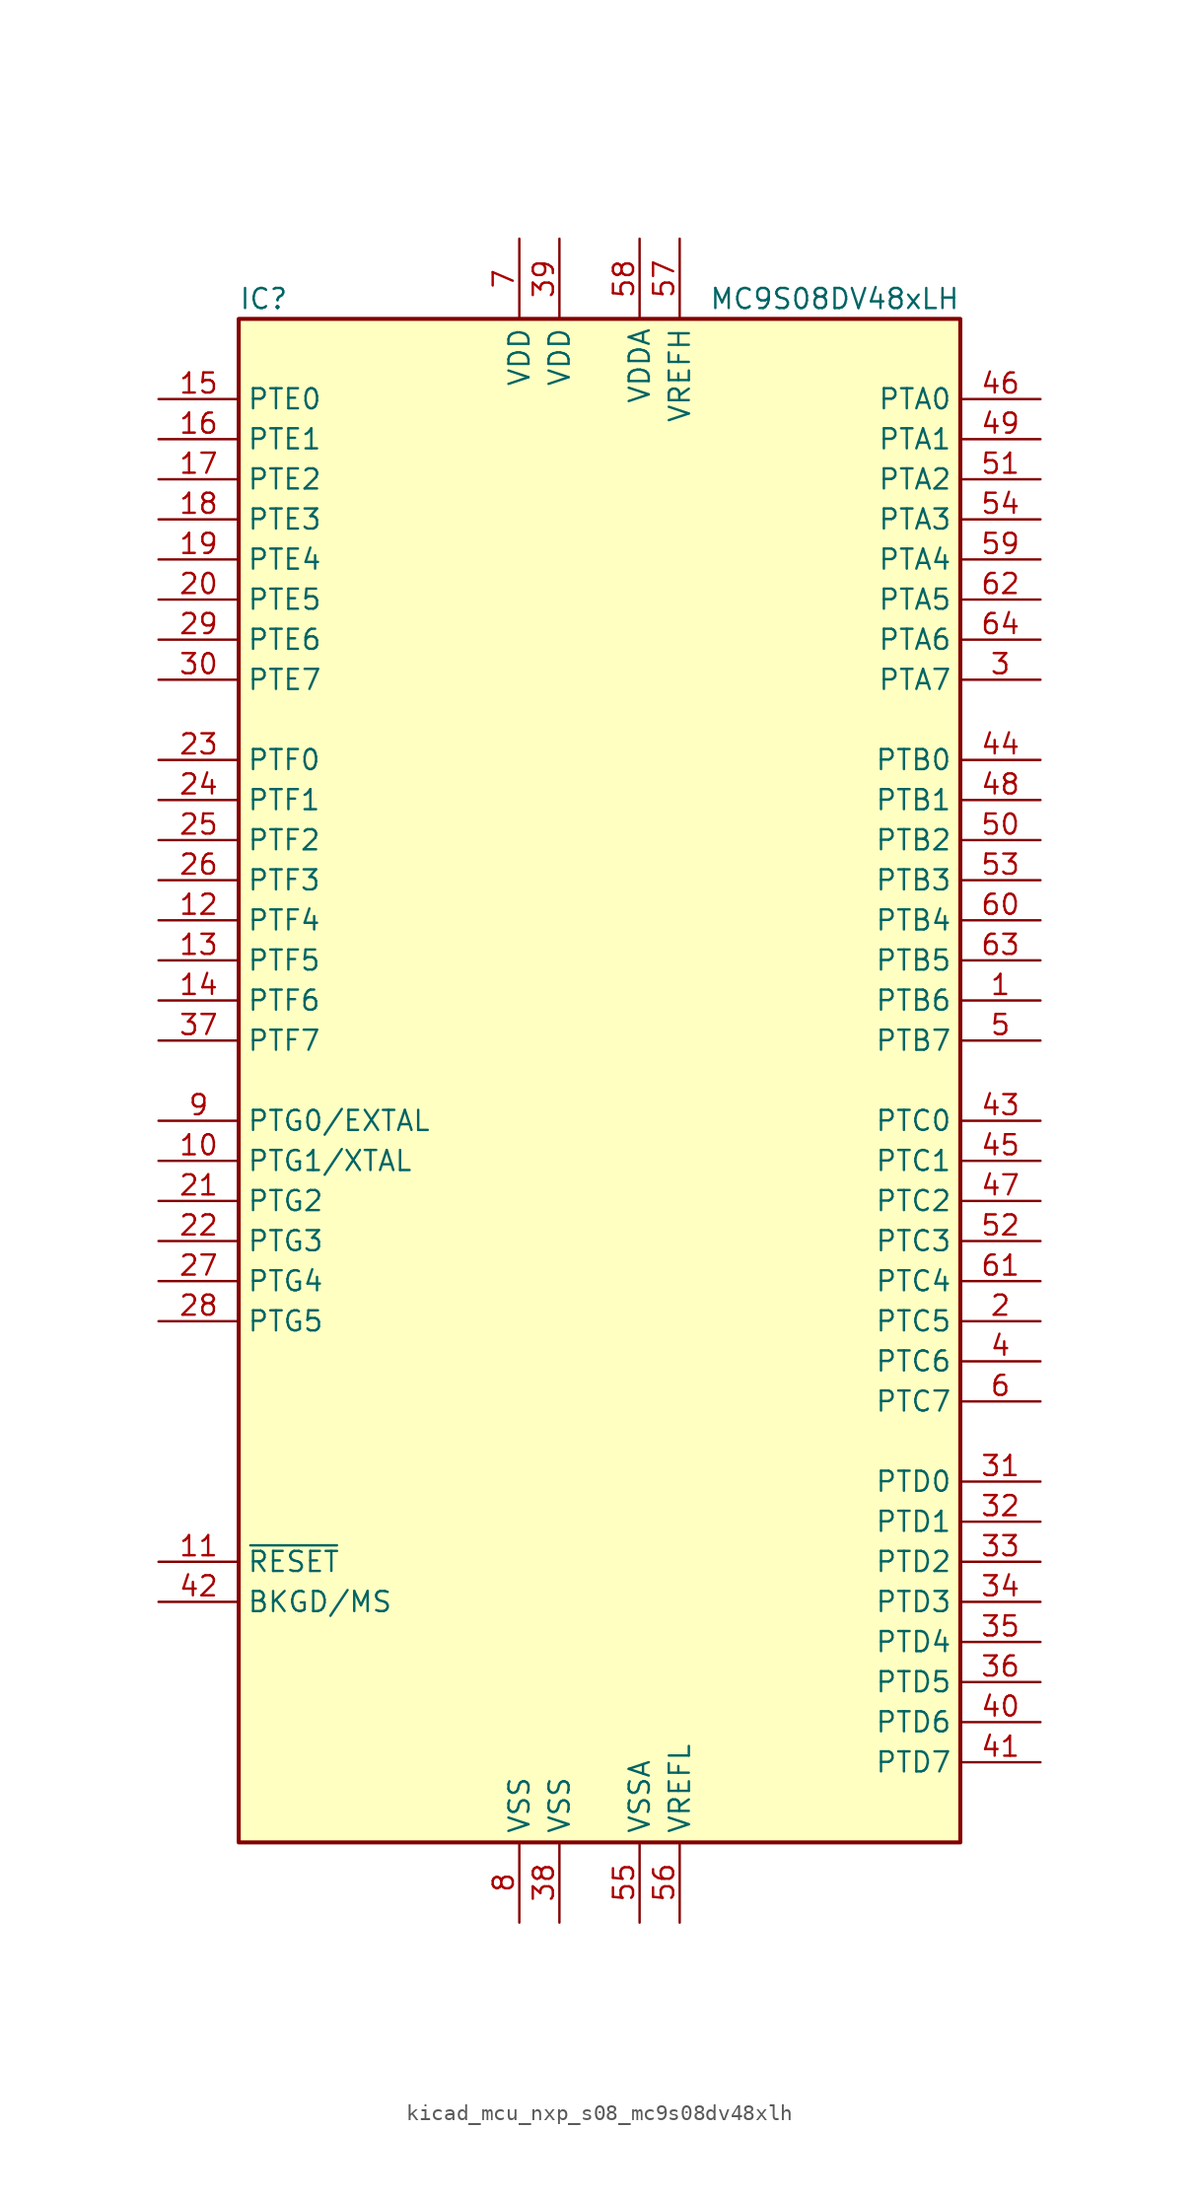
<source format=kicad_sym>
(kicad_symbol_lib
  (version 20220914)
  (generator kicad_symbol_editor)
  (symbol "kicad_mcu_nxp_s08_mc9s08dv48xlh"
    (property "Reference" "IC"
      (at -22.86 49.53 0)
      (effects (font (size 1.27 1.27)) (justify left)))
    (property "Value" "MC9S08DV48xLH"
      (at 22.86 49.53 0)
      (effects (font (size 1.27 1.27)) (justify right)))
    (symbol "kicad_mcu_nxp_s08_mc9s08dv48xlh_0_1"
      (rectangle (start -22.86 48.26) (end 22.86 -48.26) (stroke (width 0.254) (type default)) (fill (type background))))
    (symbol "kicad_mcu_nxp_s08_mc9s08dv48xlh_1_1"
      (pin bidirectional line (at 27.94 5.08 180) (length 5.08) (name "PTB6" (effects (font (size 1.27 1.27)))) (number "1" (effects (font (size 1.27 1.27)))))
      (pin bidirectional line (at -27.94 -5.08 0) (length 5.08) (name "PTG1/XTAL" (effects (font (size 1.27 1.27)))) (number "10" (effects (font (size 1.27 1.27)))))
      (pin input line (at -27.94 -30.48 0) (length 5.08) (name "~{RESET}" (effects (font (size 1.27 1.27)))) (number "11" (effects (font (size 1.27 1.27)))))
      (pin bidirectional line (at -27.94 10.16 0) (length 5.08) (name "PTF4" (effects (font (size 1.27 1.27)))) (number "12" (effects (font (size 1.27 1.27)))))
      (pin bidirectional line (at -27.94 7.62 0) (length 5.08) (name "PTF5" (effects (font (size 1.27 1.27)))) (number "13" (effects (font (size 1.27 1.27)))))
      (pin bidirectional line (at -27.94 5.08 0) (length 5.08) (name "PTF6" (effects (font (size 1.27 1.27)))) (number "14" (effects (font (size 1.27 1.27)))))
      (pin bidirectional line (at -27.94 43.18 0) (length 5.08) (name "PTE0" (effects (font (size 1.27 1.27)))) (number "15" (effects (font (size 1.27 1.27)))))
      (pin bidirectional line (at -27.94 40.64 0) (length 5.08) (name "PTE1" (effects (font (size 1.27 1.27)))) (number "16" (effects (font (size 1.27 1.27)))))
      (pin bidirectional line (at -27.94 38.1 0) (length 5.08) (name "PTE2" (effects (font (size 1.27 1.27)))) (number "17" (effects (font (size 1.27 1.27)))))
      (pin bidirectional line (at -27.94 35.56 0) (length 5.08) (name "PTE3" (effects (font (size 1.27 1.27)))) (number "18" (effects (font (size 1.27 1.27)))))
      (pin bidirectional line (at -27.94 33.02 0) (length 5.08) (name "PTE4" (effects (font (size 1.27 1.27)))) (number "19" (effects (font (size 1.27 1.27)))))
      (pin bidirectional line (at 27.94 -15.24 180) (length 5.08) (name "PTC5" (effects (font (size 1.27 1.27)))) (number "2" (effects (font (size 1.27 1.27)))))
      (pin bidirectional line (at -27.94 30.48 0) (length 5.08) (name "PTE5" (effects (font (size 1.27 1.27)))) (number "20" (effects (font (size 1.27 1.27)))))
      (pin bidirectional line (at -27.94 -7.62 0) (length 5.08) (name "PTG2" (effects (font (size 1.27 1.27)))) (number "21" (effects (font (size 1.27 1.27)))))
      (pin bidirectional line (at -27.94 -10.16 0) (length 5.08) (name "PTG3" (effects (font (size 1.27 1.27)))) (number "22" (effects (font (size 1.27 1.27)))))
      (pin bidirectional line (at -27.94 20.32 0) (length 5.08) (name "PTF0" (effects (font (size 1.27 1.27)))) (number "23" (effects (font (size 1.27 1.27)))))
      (pin bidirectional line (at -27.94 17.78 0) (length 5.08) (name "PTF1" (effects (font (size 1.27 1.27)))) (number "24" (effects (font (size 1.27 1.27)))))
      (pin bidirectional line (at -27.94 15.24 0) (length 5.08) (name "PTF2" (effects (font (size 1.27 1.27)))) (number "25" (effects (font (size 1.27 1.27)))))
      (pin bidirectional line (at -27.94 12.7 0) (length 5.08) (name "PTF3" (effects (font (size 1.27 1.27)))) (number "26" (effects (font (size 1.27 1.27)))))
      (pin bidirectional line (at -27.94 -12.7 0) (length 5.08) (name "PTG4" (effects (font (size 1.27 1.27)))) (number "27" (effects (font (size 1.27 1.27)))))
      (pin bidirectional line (at -27.94 -15.24 0) (length 5.08) (name "PTG5" (effects (font (size 1.27 1.27)))) (number "28" (effects (font (size 1.27 1.27)))))
      (pin bidirectional line (at -27.94 27.94 0) (length 5.08) (name "PTE6" (effects (font (size 1.27 1.27)))) (number "29" (effects (font (size 1.27 1.27)))))
      (pin bidirectional line (at 27.94 25.4 180) (length 5.08) (name "PTA7" (effects (font (size 1.27 1.27)))) (number "3" (effects (font (size 1.27 1.27)))))
      (pin bidirectional line (at -27.94 25.4 0) (length 5.08) (name "PTE7" (effects (font (size 1.27 1.27)))) (number "30" (effects (font (size 1.27 1.27)))))
      (pin bidirectional line (at 27.94 -25.4 180) (length 5.08) (name "PTD0" (effects (font (size 1.27 1.27)))) (number "31" (effects (font (size 1.27 1.27)))))
      (pin bidirectional line (at 27.94 -27.94 180) (length 5.08) (name "PTD1" (effects (font (size 1.27 1.27)))) (number "32" (effects (font (size 1.27 1.27)))))
      (pin bidirectional line (at 27.94 -30.48 180) (length 5.08) (name "PTD2" (effects (font (size 1.27 1.27)))) (number "33" (effects (font (size 1.27 1.27)))))
      (pin bidirectional line (at 27.94 -33.02 180) (length 5.08) (name "PTD3" (effects (font (size 1.27 1.27)))) (number "34" (effects (font (size 1.27 1.27)))))
      (pin bidirectional line (at 27.94 -35.56 180) (length 5.08) (name "PTD4" (effects (font (size 1.27 1.27)))) (number "35" (effects (font (size 1.27 1.27)))))
      (pin bidirectional line (at 27.94 -38.1 180) (length 5.08) (name "PTD5" (effects (font (size 1.27 1.27)))) (number "36" (effects (font (size 1.27 1.27)))))
      (pin bidirectional line (at -27.94 2.54 0) (length 5.08) (name "PTF7" (effects (font (size 1.27 1.27)))) (number "37" (effects (font (size 1.27 1.27)))))
      (pin power_in line (at -2.54 -53.34 90) (length 5.08) (name "VSS" (effects (font (size 1.27 1.27)))) (number "38" (effects (font (size 1.27 1.27)))))
      (pin power_in line (at -2.54 53.34 270) (length 5.08) (name "VDD" (effects (font (size 1.27 1.27)))) (number "39" (effects (font (size 1.27 1.27)))))
      (pin bidirectional line (at 27.94 -17.78 180) (length 5.08) (name "PTC6" (effects (font (size 1.27 1.27)))) (number "4" (effects (font (size 1.27 1.27)))))
      (pin bidirectional line (at 27.94 -40.64 180) (length 5.08) (name "PTD6" (effects (font (size 1.27 1.27)))) (number "40" (effects (font (size 1.27 1.27)))))
      (pin bidirectional line (at 27.94 -43.18 180) (length 5.08) (name "PTD7" (effects (font (size 1.27 1.27)))) (number "41" (effects (font (size 1.27 1.27)))))
      (pin bidirectional line (at -27.94 -33.02 0) (length 5.08) (name "BKGD/MS" (effects (font (size 1.27 1.27)))) (number "42" (effects (font (size 1.27 1.27)))))
      (pin bidirectional line (at 27.94 -2.54 180) (length 5.08) (name "PTC0" (effects (font (size 1.27 1.27)))) (number "43" (effects (font (size 1.27 1.27)))))
      (pin bidirectional line (at 27.94 20.32 180) (length 5.08) (name "PTB0" (effects (font (size 1.27 1.27)))) (number "44" (effects (font (size 1.27 1.27)))))
      (pin bidirectional line (at 27.94 -5.08 180) (length 5.08) (name "PTC1" (effects (font (size 1.27 1.27)))) (number "45" (effects (font (size 1.27 1.27)))))
      (pin bidirectional line (at 27.94 43.18 180) (length 5.08) (name "PTA0" (effects (font (size 1.27 1.27)))) (number "46" (effects (font (size 1.27 1.27)))))
      (pin bidirectional line (at 27.94 -7.62 180) (length 5.08) (name "PTC2" (effects (font (size 1.27 1.27)))) (number "47" (effects (font (size 1.27 1.27)))))
      (pin bidirectional line (at 27.94 17.78 180) (length 5.08) (name "PTB1" (effects (font (size 1.27 1.27)))) (number "48" (effects (font (size 1.27 1.27)))))
      (pin bidirectional line (at 27.94 40.64 180) (length 5.08) (name "PTA1" (effects (font (size 1.27 1.27)))) (number "49" (effects (font (size 1.27 1.27)))))
      (pin bidirectional line (at 27.94 2.54 180) (length 5.08) (name "PTB7" (effects (font (size 1.27 1.27)))) (number "5" (effects (font (size 1.27 1.27)))))
      (pin bidirectional line (at 27.94 15.24 180) (length 5.08) (name "PTB2" (effects (font (size 1.27 1.27)))) (number "50" (effects (font (size 1.27 1.27)))))
      (pin bidirectional line (at 27.94 38.1 180) (length 5.08) (name "PTA2" (effects (font (size 1.27 1.27)))) (number "51" (effects (font (size 1.27 1.27)))))
      (pin bidirectional line (at 27.94 -10.16 180) (length 5.08) (name "PTC3" (effects (font (size 1.27 1.27)))) (number "52" (effects (font (size 1.27 1.27)))))
      (pin bidirectional line (at 27.94 12.7 180) (length 5.08) (name "PTB3" (effects (font (size 1.27 1.27)))) (number "53" (effects (font (size 1.27 1.27)))))
      (pin bidirectional line (at 27.94 35.56 180) (length 5.08) (name "PTA3" (effects (font (size 1.27 1.27)))) (number "54" (effects (font (size 1.27 1.27)))))
      (pin power_in line (at 2.54 -53.34 90) (length 5.08) (name "VSSA" (effects (font (size 1.27 1.27)))) (number "55" (effects (font (size 1.27 1.27)))))
      (pin power_in line (at 5.08 -53.34 90) (length 5.08) (name "VREFL" (effects (font (size 1.27 1.27)))) (number "56" (effects (font (size 1.27 1.27)))))
      (pin power_in line (at 5.08 53.34 270) (length 5.08) (name "VREFH" (effects (font (size 1.27 1.27)))) (number "57" (effects (font (size 1.27 1.27)))))
      (pin power_in line (at 2.54 53.34 270) (length 5.08) (name "VDDA" (effects (font (size 1.27 1.27)))) (number "58" (effects (font (size 1.27 1.27)))))
      (pin bidirectional line (at 27.94 33.02 180) (length 5.08) (name "PTA4" (effects (font (size 1.27 1.27)))) (number "59" (effects (font (size 1.27 1.27)))))
      (pin bidirectional line (at 27.94 -20.32 180) (length 5.08) (name "PTC7" (effects (font (size 1.27 1.27)))) (number "6" (effects (font (size 1.27 1.27)))))
      (pin bidirectional line (at 27.94 10.16 180) (length 5.08) (name "PTB4" (effects (font (size 1.27 1.27)))) (number "60" (effects (font (size 1.27 1.27)))))
      (pin bidirectional line (at 27.94 -12.7 180) (length 5.08) (name "PTC4" (effects (font (size 1.27 1.27)))) (number "61" (effects (font (size 1.27 1.27)))))
      (pin bidirectional line (at 27.94 30.48 180) (length 5.08) (name "PTA5" (effects (font (size 1.27 1.27)))) (number "62" (effects (font (size 1.27 1.27)))))
      (pin bidirectional line (at 27.94 7.62 180) (length 5.08) (name "PTB5" (effects (font (size 1.27 1.27)))) (number "63" (effects (font (size 1.27 1.27)))))
      (pin bidirectional line (at 27.94 27.94 180) (length 5.08) (name "PTA6" (effects (font (size 1.27 1.27)))) (number "64" (effects (font (size 1.27 1.27)))))
      (pin power_in line (at -5.08 53.34 270) (length 5.08) (name "VDD" (effects (font (size 1.27 1.27)))) (number "7" (effects (font (size 1.27 1.27)))))
      (pin power_in line (at -5.08 -53.34 90) (length 5.08) (name "VSS" (effects (font (size 1.27 1.27)))) (number "8" (effects (font (size 1.27 1.27)))))
      (pin bidirectional line (at -27.94 -2.54 0) (length 5.08) (name "PTG0/EXTAL" (effects (font (size 1.27 1.27)))) (number "9" (effects (font (size 1.27 1.27))))))))
</source>
